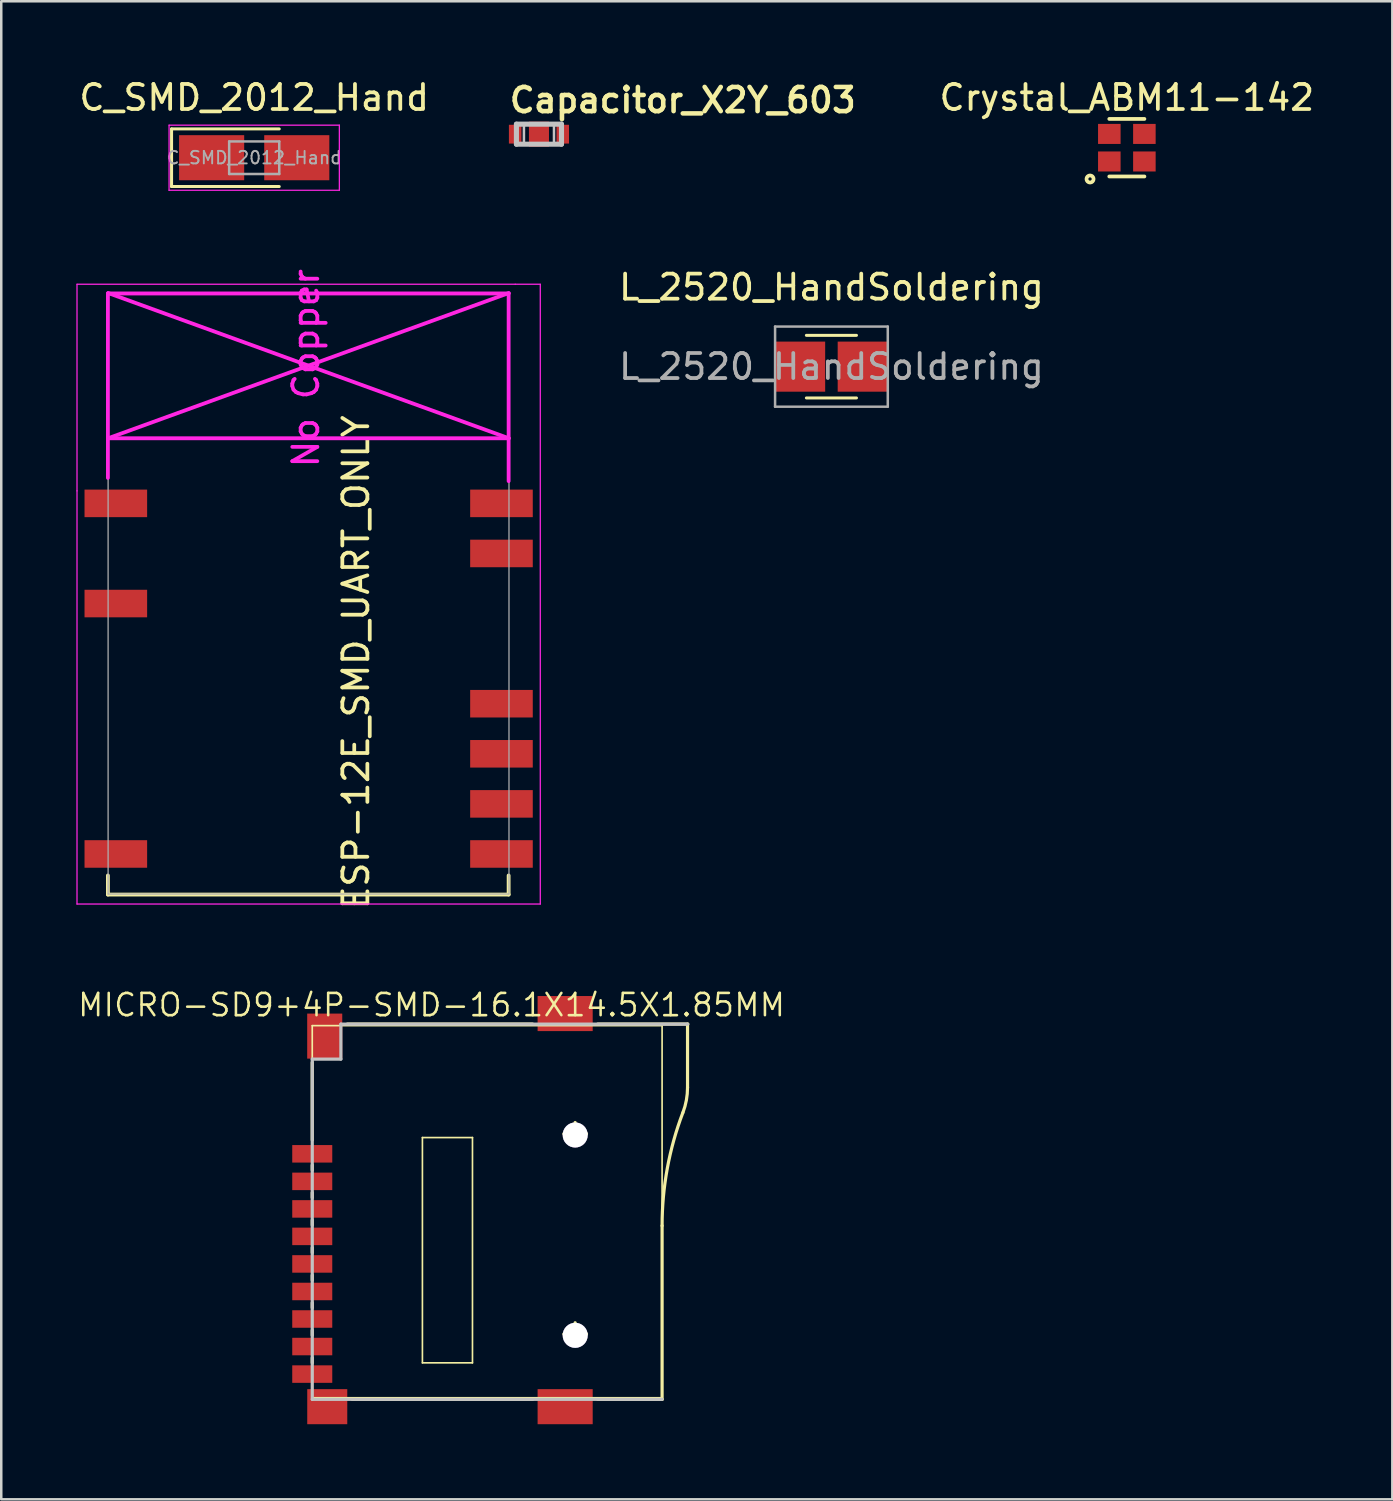
<source format=kicad_pcb>
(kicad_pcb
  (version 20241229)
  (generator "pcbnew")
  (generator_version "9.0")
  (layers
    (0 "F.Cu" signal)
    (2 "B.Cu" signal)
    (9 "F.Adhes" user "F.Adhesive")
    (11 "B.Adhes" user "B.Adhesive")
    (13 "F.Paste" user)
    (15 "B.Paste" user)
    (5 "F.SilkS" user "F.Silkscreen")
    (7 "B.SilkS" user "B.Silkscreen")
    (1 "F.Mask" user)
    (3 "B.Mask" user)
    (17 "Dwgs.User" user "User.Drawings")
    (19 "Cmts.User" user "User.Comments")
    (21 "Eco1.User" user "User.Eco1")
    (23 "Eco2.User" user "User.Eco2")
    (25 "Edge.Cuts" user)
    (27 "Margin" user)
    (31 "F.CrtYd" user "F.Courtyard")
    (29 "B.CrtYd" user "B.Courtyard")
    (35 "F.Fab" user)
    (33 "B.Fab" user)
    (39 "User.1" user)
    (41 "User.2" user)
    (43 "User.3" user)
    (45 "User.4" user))
  (footprint "L_2520_HandSoldering"
    (layer "F.Cu")
    (at 30.151 11.591)
    (property "Reference" "L_2520_HandSoldering" (at 0 -3.17 0) (layer "F.SilkS") (effects (font (size 1 1) (thickness 0.15))))
    (attr smd)
    (fp_line (start -1 -1.25) (end 1 -1.25) (stroke (width 0.12) (type solid)) (layer "F.SilkS"))
    (fp_line (start -1 1.25) (end 1 1.25) (stroke (width 0.12) (type solid)) (layer "F.SilkS"))
    (fp_line (start -2.25 -1.6) (end 2.25 -1.6) (stroke (width 0.1) (type solid)) (layer "F.Fab"))
    (fp_line (start -2.25 1.6) (end -2.25 -1.6) (stroke (width 0.1) (type solid)) (layer "F.Fab"))
    (fp_line (start 2.25 -1.6) (end 2.25 1.6) (stroke (width 0.1) (type solid)) (layer "F.Fab"))
    (fp_line (start 2.25 1.6) (end -2.25 1.6) (stroke (width 0.1) (type solid)) (layer "F.Fab"))
    (fp_text user "${REFERENCE}" (at 0 0 0) (layer "F.Fab") (effects (font (size 1 1) (thickness 0.15))))
    (pad "1" smd rect (at -1.25 0) (size 2 2) (layers "F.Cu" "F.Mask" "F.Paste"))
    (pad "2" smd rect (at 1.25 0) (size 2 2) (layers "F.Cu" "F.Mask" "F.Paste")))
  (footprint "ESP-12E_SMD_UART_ONLY"
    (layer "F.Cu")
    (at 2.275 17.051)
    (property "Reference" "ESP-12E_SMD_UART_ONLY" (at 8.89 6.35 90) (layer "F.SilkS") (effects (font (size 1 1) (thickness 0.15))))
    (attr through_hole)
    (fp_line (start -1.016 14.859) (end -1.016 15.621) (stroke (width 0.152) (type solid)) (layer "F.SilkS"))
    (fp_line (start -1.016 15.621) (end 14.986 15.621) (stroke (width 0.152) (type solid)) (layer "F.SilkS"))
    (fp_line (start 14.986 15.621) (end 14.986 14.859) (stroke (width 0.152) (type solid)) (layer "F.SilkS"))
    (fp_line (start -2.25 -8.75) (end 15.25 -8.75) (stroke (width 0.05) (type solid)) (layer "F.CrtYd"))
    (fp_line (start -2.25 -0.5) (end -2.25 -8.75) (stroke (width 0.05) (type solid)) (layer "F.CrtYd"))
    (fp_line (start -2.25 16) (end -2.25 -0.5) (stroke (width 0.05) (type solid)) (layer "F.CrtYd"))
    (fp_line (start -1.016 -8.382) (end -1.016 -1.016) (stroke (width 0.152) (type solid)) (layer "F.CrtYd"))
    (fp_line (start -1.016 -8.382) (end 14.986 -8.382) (stroke (width 0.152) (type solid)) (layer "F.CrtYd"))
    (fp_line (start -1.008 -8.4) (end 14.992 -2.6) (stroke (width 0.152) (type solid)) (layer "F.CrtYd"))
    (fp_line (start -1.008 -2.6) (end 14.992 -2.6) (stroke (width 0.152) (type solid)) (layer "F.CrtYd"))
    (fp_line (start 14.986 -8.382) (end 14.986 -0.889) (stroke (width 0.152) (type solid)) (layer "F.CrtYd"))
    (fp_line (start 14.992 -8.4) (end -1.008 -2.6) (stroke (width 0.152) (type solid)) (layer "F.CrtYd"))
    (fp_line (start 15.25 -8.75) (end 16.25 -8.75) (stroke (width 0.05) (type solid)) (layer "F.CrtYd"))
    (fp_line (start 16.25 -8.75) (end 16.25 16) (stroke (width 0.05) (type solid)) (layer "F.CrtYd"))
    (fp_line (start 16.25 16) (end -2.25 16) (stroke (width 0.05) (type solid)) (layer "F.CrtYd"))
    (fp_line (start -1.008 -8.4) (end 14.992 -8.4) (stroke (width 0.05) (type solid)) (layer "F.Fab"))
    (fp_line (start -1.008 15.6) (end -1.008 -8.4) (stroke (width 0.05) (type solid)) (layer "F.Fab"))
    (fp_line (start 14.992 15.6) (end -1.008 15.6) (stroke (width 0.05) (type solid)) (layer "F.Fab"))
    (fp_line (start 15 -8.4) (end 15 15.6) (stroke (width 0.05) (type solid)) (layer "F.Fab"))
    (fp_text user "No Copper" (at 6.892 -5.4 270) (layer "F.CrtYd") (effects (font (size 1 1) (thickness 0.15))))
    (pad "1" smd rect (at 0 0) (size 2.5 1.1) (drill (offset -0.7 0)) (layers "F.Cu" "F.Mask" "F.Paste"))
    (pad "3" smd rect (at 0 4) (size 2.5 1.1) (drill (offset -0.7 0)) (layers "F.Cu" "F.Mask" "F.Paste"))
    (pad "8" smd rect (at 0 14) (size 2.5 1.1) (drill (offset -0.7 0)) (layers "F.Cu" "F.Mask" "F.Paste"))
    (pad "9" smd rect (at 14 14) (size 2.5 1.1) (drill (offset 0.7 0)) (layers "F.Cu" "F.Mask" "F.Paste"))
    (pad "10" smd rect (at 14 12) (size 2.5 1.1) (drill (offset 0.7 0)) (layers "F.Cu" "F.Mask" "F.Paste"))
    (pad "11" smd rect (at 14 10) (size 2.5 1.1) (drill (offset 0.7 0)) (layers "F.Cu" "F.Mask" "F.Paste"))
    (pad "12" smd rect (at 14 8) (size 2.5 1.1) (drill (offset 0.7 0)) (layers "F.Cu" "F.Mask" "F.Paste"))
    (pad "15" smd rect (at 14 2) (size 2.5 1.1) (drill (offset 0.7 0)) (layers "F.Cu" "F.Mask" "F.Paste"))
    (pad "16" smd rect (at 14 0) (size 2.5 1.1) (drill (offset 0.7 0)) (layers "F.Cu" "F.Mask" "F.Paste")))
  (footprint "C_SMD_2012_Hand"
    (layer "F.Cu")
    (at 7.101 3.248)
    (property "Reference" "C_SMD_2012_Hand" (at 0 -2.4 0) (layer "F.SilkS") (effects (font (size 1 1) (thickness 0.15))))
    (attr smd)
    (fp_line (start -3.3 -1.15) (end -3.3 1.15) (stroke (width 0.12) (type solid)) (layer "F.SilkS"))
    (fp_line (start -3.3 -1.15) (end 1 -1.15) (stroke (width 0.12) (type solid)) (layer "F.SilkS"))
    (fp_line (start -3.3 1.15) (end 1 1.15) (stroke (width 0.12) (type solid)) (layer "F.SilkS"))
    (fp_line (start -3.4 -1.3) (end -3.4 1.3) (stroke (width 0.05) (type solid)) (layer "F.CrtYd"))
    (fp_line (start -3.4 1.3) (end 3.4 1.3) (stroke (width 0.05) (type solid)) (layer "F.CrtYd"))
    (fp_line (start 3.4 -1.3) (end -3.4 -1.3) (stroke (width 0.05) (type solid)) (layer "F.CrtYd"))
    (fp_line (start 3.4 1.3) (end 3.4 -1.3) (stroke (width 0.05) (type solid)) (layer "F.CrtYd"))
    (fp_line (start -1 -0.65) (end -1 0.65) (stroke (width 0.1) (type solid)) (layer "F.Fab"))
    (fp_line (start -1 0.65) (end 1 0.65) (stroke (width 0.1) (type solid)) (layer "F.Fab"))
    (fp_line (start 1 -0.65) (end -1 -0.65) (stroke (width 0.1) (type solid)) (layer "F.Fab"))
    (fp_line (start 1 0.65) (end 1 -0.65) (stroke (width 0.1) (type solid)) (layer "F.Fab"))
    (fp_text user "${REFERENCE}" (at 0 0 0) (layer "F.Fab") (effects (font (size 0.5 0.5) (thickness 0.075))))
    (pad "1" smd rect (at -1.7 0) (size 2.6 1.8) (layers "F.Cu" "F.Mask" "F.Paste"))
    (pad "2" smd rect (at 1.7 0) (size 2.6 1.8) (layers "F.Cu" "F.Mask" "F.Paste")))
  (footprint "MICRO-SD9+4P-SMD-16.1X14.5X1.85MM"
    (layer "F.Cu")
    (at 9.419 45.273)
    (property "Reference" "MICRO-SD9+4P-SMD-16.1X14.5X1.85MM" (at 4.763 -8.191 0) (layer "F.SilkS") (effects (font (size 0.889 0.889) (thickness 0.102))))
    (attr smd)
    (fp_line (start 0 -7.366) (end 13.97 -7.366) (stroke (width 0.066) (type solid)) (layer "F.SilkS"))
    (fp_line (start 0 -5.898) (end 0 -2.799) (stroke (width 0.127) (type solid)) (layer "F.SilkS"))
    (fp_line (start 0 -1.798) (end 0 -1.598) (stroke (width 0.127) (type solid)) (layer "F.SilkS"))
    (fp_line (start 0 -0.699) (end 0 -0.498) (stroke (width 0.127) (type solid)) (layer "F.SilkS"))
    (fp_line (start 0 0.399) (end 0 0.599) (stroke (width 0.127) (type solid)) (layer "F.SilkS"))
    (fp_line (start 0 1.499) (end 0 1.699) (stroke (width 0.127) (type solid)) (layer "F.SilkS"))
    (fp_line (start 0 2.598) (end 0 2.799) (stroke (width 0.127) (type solid)) (layer "F.SilkS"))
    (fp_line (start 0 3.698) (end 0 3.899) (stroke (width 0.127) (type solid)) (layer "F.SilkS"))
    (fp_line (start 0 4.798) (end 0 4.999) (stroke (width 0.127) (type solid)) (layer "F.SilkS"))
    (fp_line (start 0 5.898) (end 0 6.099) (stroke (width 0.127) (type solid)) (layer "F.SilkS"))
    (fp_line (start 0 7.493) (end 0 -7.366) (stroke (width 0.066) (type solid)) (layer "F.SilkS"))
    (fp_line (start 0 7.493) (end 13.97 7.493) (stroke (width 0.066) (type solid)) (layer "F.SilkS"))
    (fp_line (start 1.598 7.559) (end 8.799 7.559) (stroke (width 0.127) (type solid)) (layer "F.SilkS"))
    (fp_line (start 4.399 -2.898) (end 6.398 -2.898) (stroke (width 0.066) (type solid)) (layer "F.SilkS"))
    (fp_line (start 4.399 6.099) (end 4.399 -2.898) (stroke (width 0.066) (type solid)) (layer "F.SilkS"))
    (fp_line (start 4.399 6.099) (end 6.398 6.099) (stroke (width 0.066) (type solid)) (layer "F.SilkS"))
    (fp_line (start 6.398 6.099) (end 6.398 -2.898) (stroke (width 0.066) (type solid)) (layer "F.SilkS"))
    (fp_line (start 8.799 -7.429) (end 1.4 -7.429) (stroke (width 0.127) (type solid)) (layer "F.SilkS"))
    (fp_line (start 10.048 -3.048) (end 10.95 -3.048) (stroke (width 0.127) (type solid)) (layer "F.SilkS"))
    (fp_line (start 10.048 4.948) (end 10.95 4.948) (stroke (width 0.127) (type solid)) (layer "F.SilkS"))
    (fp_line (start 10.498 -2.598) (end 10.498 -3.498) (stroke (width 0.127) (type solid)) (layer "F.SilkS"))
    (fp_line (start 10.498 5.397) (end 10.498 4.498) (stroke (width 0.127) (type solid)) (layer "F.SilkS"))
    (fp_line (start 11.4 7.559) (end 13.97 7.559) (stroke (width 0.127) (type solid)) (layer "F.SilkS"))
    (fp_line (start 13.97 0.622) (end 13.97 7.556) (stroke (width 0.127) (type solid)) (layer "F.SilkS"))
    (fp_line (start 13.97 7.493) (end 13.97 -7.366) (stroke (width 0.066) (type solid)) (layer "F.SilkS"))
    (fp_line (start 14.986 -7.427) (end 14.986 -4.897) (stroke (width 0.127) (type solid)) (layer "F.SilkS"))
    (fp_line (start 14.999 -7.429) (end 11.4 -7.429) (stroke (width 0.127) (type solid)) (layer "F.SilkS"))
    (fp_arc (start 13.97 0.6223) (mid 14.178642 -1.670293) (end 14.797714 -3.887558) (stroke (width 0.127) (type solid)) (layer "F.SilkS"))
    (fp_arc (start 14.986 -4.89712) (mid 14.939848 -4.389998) (end 14.80291 -3.899539) (stroke (width 0.127) (type solid)) (layer "F.SilkS"))
    (fp_circle (center 10.498 -3.048) (end 10.721 -3.272) (stroke (width 0.127) (type solid)) (fill no) (layer "F.SilkS"))
    (fp_circle (center 10.498 4.948) (end 10.721 5.171) (stroke (width 0.127) (type solid)) (fill no) (layer "F.SilkS"))
    (fp_line (start 0 -6.03) (end 1.143 -6.03) (stroke (width 0.127) (type solid)) (layer "Dwgs.User"))
    (fp_line (start 0 7.556) (end 0 -6.03) (stroke (width 0.127) (type solid)) (layer "Dwgs.User"))
    (fp_line (start 1.143 -7.427) (end 14.986 -7.427) (stroke (width 0.127) (type solid)) (layer "Dwgs.User"))
    (fp_line (start 1.143 -6.03) (end 1.143 -7.427) (stroke (width 0.127) (type solid)) (layer "Dwgs.User"))
    (fp_line (start 13.97 7.556) (end 0 7.556) (stroke (width 0.127) (type solid)) (layer "Dwgs.User"))
    (pad "1" smd rect (at 0 -2.248) (size 1.598 0.699) (layers "F.Cu" "F.Mask" "F.Paste"))
    (pad "2" smd rect (at 0 -1.148) (size 1.598 0.699) (layers "F.Cu" "F.Mask" "F.Paste"))
    (pad "3" smd rect (at 0 -0.048) (size 1.598 0.699) (layers "F.Cu" "F.Mask" "F.Paste"))
    (pad "4" smd rect (at 0 1.049) (size 1.598 0.699) (layers "F.Cu" "F.Mask" "F.Paste"))
    (pad "5" smd rect (at 0 2.149) (size 1.598 0.699) (layers "F.Cu" "F.Mask" "F.Paste"))
    (pad "6" smd rect (at 0 3.249) (size 1.598 0.699) (layers "F.Cu" "F.Mask" "F.Paste"))
    (pad "7" smd rect (at 0 4.348) (size 1.598 0.699) (layers "F.Cu" "F.Mask" "F.Paste"))
    (pad "8" smd rect (at 0 5.448) (size 1.598 0.699) (layers "F.Cu" "F.Mask" "F.Paste"))
    (pad "9" smd rect (at 0 6.548) (size 1.598 0.699) (layers "F.Cu" "F.Mask" "F.Paste"))
    (pad "9" smd rect (at 0.498 -6.949) (size 1.4 1.798) (layers "F.Cu" "F.Mask" "F.Paste"))
    (pad "9" smd rect (at 0.599 7.849) (size 1.598 1.4) (layers "F.Cu" "F.Mask" "F.Paste"))
    (pad "9" smd rect (at 10.099 -7.849) (size 2.2 1.4) (layers "F.Cu" "F.Mask" "F.Paste"))
    (pad "9" smd rect (at 10.099 7.849) (size 2.2 1.4) (layers "F.Cu" "F.Mask" "F.Paste"))
    (pad "10" thru_hole circle (at 10.5 -3) (size 1 1) (drill 1) (layers "*.Cu" "*.Mask"))
    (pad "11" thru_hole circle (at 10.5 5) (size 1 1) (drill 1) (layers "*.Cu" "*.Mask")))
  (footprint "Crystal_ABM11-142"
    (layer "F.Cu")
    (at 41.948 2.848)
    (property "Reference" "Crystal_ABM11-142" (at 0 -2 0) (layer "F.SilkS") (effects (font (size 1 1) (thickness 0.15))))
    (attr smd)
    (fp_line (start -0.701 -1.149) (end 0.701 -1.149) (stroke (width 0.15) (type solid)) (layer "F.SilkS"))
    (fp_line (start 0.701 1.149) (end -0.701 1.149) (stroke (width 0.15) (type solid)) (layer "F.SilkS"))
    (fp_circle (center -1.47 1.25) (end -1.369 1.349) (stroke (width 0.15) (type solid)) (fill no) (layer "F.SilkS"))
    (pad "1" smd rect (at -0.7 0.55) (size 0.9 0.8) (layers "F.Cu" "F.Mask" "F.Paste"))
    (pad "2" smd rect (at 0.7 0.55) (size 0.9 0.8) (layers "F.Cu" "F.Mask" "F.Paste"))
    (pad "3" smd rect (at 0.7 -0.55) (size 0.9 0.8) (layers "F.Cu" "F.Mask" "F.Paste"))
    (pad "4" smd rect (at -0.7 -0.55) (size 0.9 0.8) (layers "F.Cu" "F.Mask" "F.Paste")))
  (footprint "Capacitor_X2Y_603"
    (layer "F.Cu")
    (at 18.472 2.308)
    (property "Reference" "Capacitor_X2Y_603" (at -1.27 -0.794 0) (layer "F.SilkS") (effects (font (size 0.965 0.965) (thickness 0.183)) (justify left bottom)))
    (attr through_hole)
    (fp_line (start -0.9 -0.4) (end 0.9 -0.4) (stroke (width 0.203) (type solid)) (layer "Dwgs.User"))
    (fp_line (start -0.9 0.4) (end -0.9 -0.4) (stroke (width 0.203) (type solid)) (layer "Dwgs.User"))
    (fp_line (start 0.9 -0.4) (end 0.9 0.4) (stroke (width 0.203) (type solid)) (layer "Dwgs.User"))
    (fp_line (start 0.9 0.4) (end -0.9 0.4) (stroke (width 0.203) (type solid)) (layer "Dwgs.User"))
    (fp_poly (pts (xy -0.9 0.4) (xy -0.6 0.4) (xy -0.6 -0.4) (xy -0.9 -0.4)) (stroke (width 0.1) (type solid)) (fill no) (layer "Dwgs.User"))
    (fp_poly (pts (xy 0.6 0.4) (xy 0.9 0.4) (xy 0.9 -0.4) (xy 0.6 -0.4)) (stroke (width 0.1) (type solid)) (fill no) (layer "Dwgs.User"))
    (pad "1" smd rect (at -0.95 0) (size 0.5 0.75) (layers "F.Cu" "F.Mask" "F.Paste"))
    (pad "2" smd rect (at 0.95 0) (size 0.5 0.75) (layers "F.Cu" "F.Mask" "F.Paste"))
    (pad "3" smd rect (at 0 0) (size 0.8 1) (layers "F.Cu" "F.Mask" "F.Paste")))
  (gr_rect
    (start -3 -3)
    (end 52.549 56.821)
    (stroke (width 0.1) (type default))
    (fill no)
    (layer "Edge.Cuts")))
</source>
